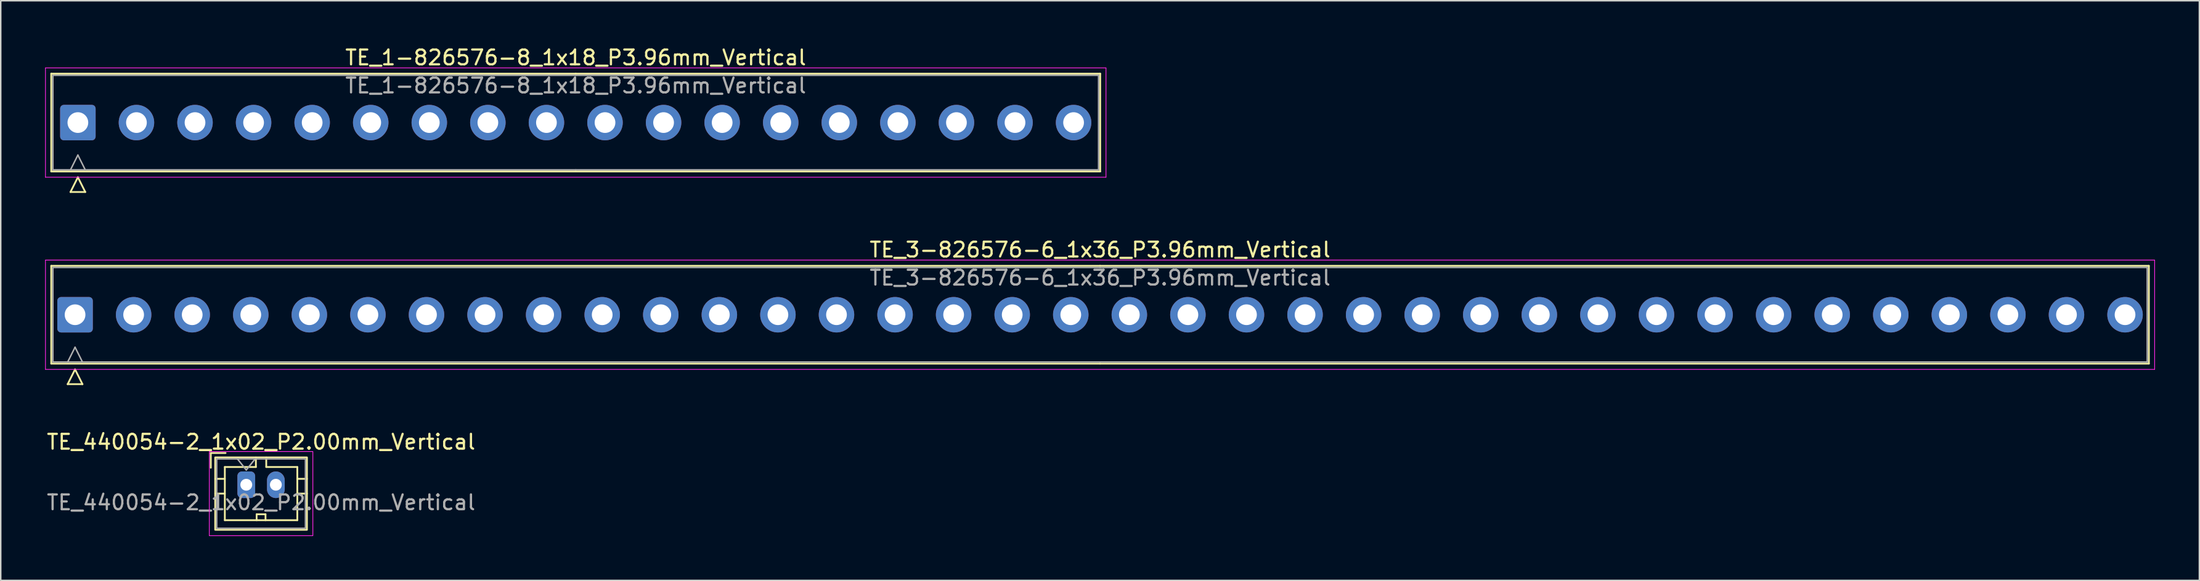
<source format=kicad_pcb>
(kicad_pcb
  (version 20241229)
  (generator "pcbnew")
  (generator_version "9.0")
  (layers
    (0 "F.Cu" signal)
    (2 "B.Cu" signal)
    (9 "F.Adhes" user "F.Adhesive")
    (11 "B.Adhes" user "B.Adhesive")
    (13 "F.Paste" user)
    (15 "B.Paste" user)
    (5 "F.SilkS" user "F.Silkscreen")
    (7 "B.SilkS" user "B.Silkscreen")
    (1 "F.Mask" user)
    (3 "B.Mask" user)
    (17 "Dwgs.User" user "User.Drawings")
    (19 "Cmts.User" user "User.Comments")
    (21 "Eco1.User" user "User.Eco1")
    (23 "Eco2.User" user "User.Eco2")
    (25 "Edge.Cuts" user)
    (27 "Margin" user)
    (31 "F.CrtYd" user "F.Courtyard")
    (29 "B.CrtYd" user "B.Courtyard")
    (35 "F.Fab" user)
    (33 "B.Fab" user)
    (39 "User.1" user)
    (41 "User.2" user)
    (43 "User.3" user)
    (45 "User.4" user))
  (footprint "TE_3-826576-6_1x36_P3.96mm_Vertical"
    (layer "F.Cu")
    (at 2.025 18.256)
    (property "Reference" "TE_3-826576-6_1x36_P3.96mm_Vertical" (at 69.3 -4.4 0) (layer "F.SilkS") (effects (font (size 1 1) (thickness 0.15))))
    (attr through_hole)
    (fp_line (start -1.61 -3.31) (end -1.61 3.31) (stroke (width 0.12) (type solid)) (layer "F.SilkS"))
    (fp_line (start -1.61 3.31) (end 69.3 3.31) (stroke (width 0.12) (type solid)) (layer "F.SilkS"))
    (fp_line (start -0.5 4.7) (end 0 3.7) (stroke (width 0.12) (type solid)) (layer "F.SilkS"))
    (fp_line (start 0 3.7) (end 0.5 4.7) (stroke (width 0.12) (type solid)) (layer "F.SilkS"))
    (fp_line (start 0.5 4.7) (end -0.5 4.7) (stroke (width 0.12) (type solid)) (layer "F.SilkS"))
    (fp_line (start 69.3 -3.31) (end -1.61 -3.31) (stroke (width 0.12) (type solid)) (layer "F.SilkS"))
    (fp_line (start 69.3 -3.31) (end 140.21 -3.31) (stroke (width 0.12) (type solid)) (layer "F.SilkS"))
    (fp_line (start 140.21 -3.31) (end 140.21 3.31) (stroke (width 0.12) (type solid)) (layer "F.SilkS"))
    (fp_line (start 140.21 3.31) (end 69.3 3.31) (stroke (width 0.12) (type solid)) (layer "F.SilkS"))
    (fp_line (start -2 -3.7) (end -2 3.7) (stroke (width 0.05) (type solid)) (layer "F.CrtYd"))
    (fp_line (start -2 3.7) (end 140.6 3.7) (stroke (width 0.05) (type solid)) (layer "F.CrtYd"))
    (fp_line (start 140.6 -3.7) (end -2 -3.7) (stroke (width 0.05) (type solid)) (layer "F.CrtYd"))
    (fp_line (start 140.6 3.7) (end 140.6 -3.7) (stroke (width 0.05) (type solid)) (layer "F.CrtYd"))
    (fp_line (start -1.5 -3.2) (end -1.5 3.2) (stroke (width 0.1) (type solid)) (layer "F.Fab"))
    (fp_line (start -1.5 3.2) (end 69.3 3.2) (stroke (width 0.1) (type solid)) (layer "F.Fab"))
    (fp_line (start -0.5 3.2) (end 0 2.2) (stroke (width 0.1) (type solid)) (layer "F.Fab"))
    (fp_line (start 0 2.2) (end 0.5 3.2) (stroke (width 0.1) (type solid)) (layer "F.Fab"))
    (fp_line (start 69.3 -3.2) (end -1.5 -3.2) (stroke (width 0.1) (type solid)) (layer "F.Fab"))
    (fp_line (start 69.3 -3.2) (end 140.1 -3.2) (stroke (width 0.1) (type solid)) (layer "F.Fab"))
    (fp_line (start 140.1 -3.2) (end 140.1 3.2) (stroke (width 0.1) (type solid)) (layer "F.Fab"))
    (fp_line (start 140.1 3.2) (end 69.3 3.2) (stroke (width 0.1) (type solid)) (layer "F.Fab"))
    (fp_text user "${REFERENCE}" (at 69.3 -2.5 0) (layer "F.Fab") (effects (font (size 1 1) (thickness 0.15))))
    (pad "1" thru_hole roundrect (at 0 0) (size 2.4 2.4) (drill 1.4) (layers "*.Cu" "*.Mask") (roundrect_rratio 0.104))
    (pad "2" thru_hole circle (at 3.96 0) (size 2.4 2.4) (drill 1.4) (layers "*.Cu" "*.Mask"))
    (pad "3" thru_hole circle (at 7.92 0) (size 2.4 2.4) (drill 1.4) (layers "*.Cu" "*.Mask"))
    (pad "4" thru_hole circle (at 11.88 0) (size 2.4 2.4) (drill 1.4) (layers "*.Cu" "*.Mask"))
    (pad "5" thru_hole circle (at 15.84 0) (size 2.4 2.4) (drill 1.4) (layers "*.Cu" "*.Mask"))
    (pad "6" thru_hole circle (at 19.8 0) (size 2.4 2.4) (drill 1.4) (layers "*.Cu" "*.Mask"))
    (pad "7" thru_hole circle (at 23.76 0) (size 2.4 2.4) (drill 1.4) (layers "*.Cu" "*.Mask"))
    (pad "8" thru_hole circle (at 27.72 0) (size 2.4 2.4) (drill 1.4) (layers "*.Cu" "*.Mask"))
    (pad "9" thru_hole circle (at 31.68 0) (size 2.4 2.4) (drill 1.4) (layers "*.Cu" "*.Mask"))
    (pad "10" thru_hole circle (at 35.64 0) (size 2.4 2.4) (drill 1.4) (layers "*.Cu" "*.Mask"))
    (pad "11" thru_hole circle (at 39.6 0) (size 2.4 2.4) (drill 1.4) (layers "*.Cu" "*.Mask"))
    (pad "12" thru_hole circle (at 43.56 0) (size 2.4 2.4) (drill 1.4) (layers "*.Cu" "*.Mask"))
    (pad "13" thru_hole circle (at 47.52 0) (size 2.4 2.4) (drill 1.4) (layers "*.Cu" "*.Mask"))
    (pad "14" thru_hole circle (at 51.48 0) (size 2.4 2.4) (drill 1.4) (layers "*.Cu" "*.Mask"))
    (pad "15" thru_hole circle (at 55.44 0) (size 2.4 2.4) (drill 1.4) (layers "*.Cu" "*.Mask"))
    (pad "16" thru_hole circle (at 59.4 0) (size 2.4 2.4) (drill 1.4) (layers "*.Cu" "*.Mask"))
    (pad "17" thru_hole circle (at 63.36 0) (size 2.4 2.4) (drill 1.4) (layers "*.Cu" "*.Mask"))
    (pad "18" thru_hole circle (at 67.32 0) (size 2.4 2.4) (drill 1.4) (layers "*.Cu" "*.Mask"))
    (pad "19" thru_hole circle (at 71.28 0) (size 2.4 2.4) (drill 1.4) (layers "*.Cu" "*.Mask"))
    (pad "20" thru_hole circle (at 75.24 0) (size 2.4 2.4) (drill 1.4) (layers "*.Cu" "*.Mask"))
    (pad "21" thru_hole circle (at 79.2 0) (size 2.4 2.4) (drill 1.4) (layers "*.Cu" "*.Mask"))
    (pad "22" thru_hole circle (at 83.16 0) (size 2.4 2.4) (drill 1.4) (layers "*.Cu" "*.Mask"))
    (pad "23" thru_hole circle (at 87.12 0) (size 2.4 2.4) (drill 1.4) (layers "*.Cu" "*.Mask"))
    (pad "24" thru_hole circle (at 91.08 0) (size 2.4 2.4) (drill 1.4) (layers "*.Cu" "*.Mask"))
    (pad "25" thru_hole circle (at 95.04 0) (size 2.4 2.4) (drill 1.4) (layers "*.Cu" "*.Mask"))
    (pad "26" thru_hole circle (at 99 0) (size 2.4 2.4) (drill 1.4) (layers "*.Cu" "*.Mask"))
    (pad "27" thru_hole circle (at 102.96 0) (size 2.4 2.4) (drill 1.4) (layers "*.Cu" "*.Mask"))
    (pad "28" thru_hole circle (at 106.92 0) (size 2.4 2.4) (drill 1.4) (layers "*.Cu" "*.Mask"))
    (pad "29" thru_hole circle (at 110.88 0) (size 2.4 2.4) (drill 1.4) (layers "*.Cu" "*.Mask"))
    (pad "30" thru_hole circle (at 114.84 0) (size 2.4 2.4) (drill 1.4) (layers "*.Cu" "*.Mask"))
    (pad "31" thru_hole circle (at 118.8 0) (size 2.4 2.4) (drill 1.4) (layers "*.Cu" "*.Mask"))
    (pad "32" thru_hole circle (at 122.76 0) (size 2.4 2.4) (drill 1.4) (layers "*.Cu" "*.Mask"))
    (pad "33" thru_hole circle (at 126.72 0) (size 2.4 2.4) (drill 1.4) (layers "*.Cu" "*.Mask"))
    (pad "34" thru_hole circle (at 130.68 0) (size 2.4 2.4) (drill 1.4) (layers "*.Cu" "*.Mask"))
    (pad "35" thru_hole circle (at 134.64 0) (size 2.4 2.4) (drill 1.4) (layers "*.Cu" "*.Mask"))
    (pad "36" thru_hole circle (at 138.6 0) (size 2.4 2.4) (drill 1.4) (layers "*.Cu" "*.Mask")))
  (footprint "TE_440054-2_1x02_P2.00mm_Vertical"
    (layer "F.Cu")
    (at 13.601 29.765)
    (property "Reference" "TE_440054-2_1x02_P2.00mm_Vertical" (at 1 -2.9 0) (unlocked yes) (layer "F.SilkS") (effects (font (size 1 1) (thickness 0.15))))
    (attr through_hole)
    (fp_line (start -2.4 -2.15) (end -2.4 -1.15) (stroke (width 0.12) (type solid)) (layer "F.SilkS"))
    (fp_line (start -2.4 -2.15) (end -1.4 -2.15) (stroke (width 0.12) (type solid)) (layer "F.SilkS"))
    (fp_line (start -2.1 -0.4) (end -1.45 -0.4) (stroke (width 0.12) (type solid)) (layer "F.SilkS"))
    (fp_line (start -2.1 0.6) (end -1.45 0.6) (stroke (width 0.12) (type solid)) (layer "F.SilkS"))
    (fp_line (start -1.45 -1.2) (end 0.65 -1.2) (stroke (width 0.12) (type solid)) (layer "F.SilkS"))
    (fp_line (start -1.45 2.4) (end -1.45 -1.2) (stroke (width 0.12) (type solid)) (layer "F.SilkS"))
    (fp_line (start 0.65 -1.85) (end 0.65 -1.2) (stroke (width 0.12) (type solid)) (layer "F.SilkS"))
    (fp_line (start 0.7 2) (end 1.3 2) (stroke (width 0.12) (type solid)) (layer "F.SilkS"))
    (fp_line (start 0.7 2.4) (end 0.7 2) (stroke (width 0.12) (type solid)) (layer "F.SilkS"))
    (fp_line (start 1.3 2) (end 1.3 2.4) (stroke (width 0.12) (type solid)) (layer "F.SilkS"))
    (fp_line (start 1.35 -1.85) (end 1.35 -1.2) (stroke (width 0.12) (type solid)) (layer "F.SilkS"))
    (fp_line (start 3.45 -1.2) (end 1.35 -1.2) (stroke (width 0.12) (type solid)) (layer "F.SilkS"))
    (fp_line (start 3.45 -1.2) (end 3.45 2.4) (stroke (width 0.12) (type solid)) (layer "F.SilkS"))
    (fp_line (start 3.45 -0.4) (end 4.1 -0.4) (stroke (width 0.12) (type solid)) (layer "F.SilkS"))
    (fp_line (start 3.45 0.6) (end 4.1 0.6) (stroke (width 0.12) (type solid)) (layer "F.SilkS"))
    (fp_line (start 3.45 2.4) (end -1.45 2.4) (stroke (width 0.12) (type solid)) (layer "F.SilkS"))
    (fp_rect (start -2.1 -1.85) (end 4.1 3.05) (stroke (width 0.12) (type solid)) (fill no) (layer "F.SilkS"))
    (fp_rect (start -2.5 -2.25) (end 4.5 3.45) (stroke (width 0.05) (type solid)) (fill no) (layer "F.CrtYd"))
    (fp_line (start 0 -1) (end -0.6 -1.75) (stroke (width 0.1) (type solid)) (layer "F.Fab"))
    (fp_line (start 0.6 -1.75) (end 0 -1) (stroke (width 0.1) (type solid)) (layer "F.Fab"))
    (fp_rect (start -2 -1.75) (end 4 2.95) (stroke (width 0.1) (type solid)) (fill no) (layer "F.Fab"))
    (fp_text user "${REFERENCE}" (at 1 1.2 0) (unlocked yes) (layer "F.Fab") (effects (font (size 1 1) (thickness 0.15))))
    (pad "1" thru_hole roundrect (at 0 0) (size 1.2 1.8) (drill 0.8) (layers "*.Cu" "*.Mask") (roundrect_rratio 0.25))
    (pad "2" thru_hole oval (at 2 0) (size 1.2 1.8) (drill 0.8) (layers "*.Cu" "*.Mask")))
  (footprint "TE_1-826576-8_1x18_P3.96mm_Vertical"
    (layer "F.Cu")
    (at 2.215 5.248)
    (property "Reference" "TE_1-826576-8_1x18_P3.96mm_Vertical" (at 33.66 -4.4 0) (layer "F.SilkS") (effects (font (size 1 1) (thickness 0.15))))
    (attr through_hole)
    (fp_line (start -1.8 -3.31) (end -1.8 3.31) (stroke (width 0.12) (type solid)) (layer "F.SilkS"))
    (fp_line (start -1.8 3.31) (end 33.66 3.31) (stroke (width 0.12) (type solid)) (layer "F.SilkS"))
    (fp_line (start -0.5 4.7) (end 0 3.7) (stroke (width 0.12) (type solid)) (layer "F.SilkS"))
    (fp_line (start 0 3.7) (end 0.5 4.7) (stroke (width 0.12) (type solid)) (layer "F.SilkS"))
    (fp_line (start 0.5 4.7) (end -0.5 4.7) (stroke (width 0.12) (type solid)) (layer "F.SilkS"))
    (fp_line (start 33.66 -3.31) (end -1.8 -3.31) (stroke (width 0.12) (type solid)) (layer "F.SilkS"))
    (fp_line (start 33.66 -3.31) (end 69.12 -3.31) (stroke (width 0.12) (type solid)) (layer "F.SilkS"))
    (fp_line (start 69.12 -3.31) (end 69.12 3.31) (stroke (width 0.12) (type solid)) (layer "F.SilkS"))
    (fp_line (start 69.12 3.31) (end 33.66 3.31) (stroke (width 0.12) (type solid)) (layer "F.SilkS"))
    (fp_line (start -2.19 -3.7) (end -2.19 3.7) (stroke (width 0.05) (type solid)) (layer "F.CrtYd"))
    (fp_line (start -2.19 3.7) (end 69.51 3.7) (stroke (width 0.05) (type solid)) (layer "F.CrtYd"))
    (fp_line (start 69.51 -3.7) (end -2.19 -3.7) (stroke (width 0.05) (type solid)) (layer "F.CrtYd"))
    (fp_line (start 69.51 3.7) (end 69.51 -3.7) (stroke (width 0.05) (type solid)) (layer "F.CrtYd"))
    (fp_line (start -1.69 -3.2) (end -1.69 3.2) (stroke (width 0.1) (type solid)) (layer "F.Fab"))
    (fp_line (start -1.69 3.2) (end 33.66 3.2) (stroke (width 0.1) (type solid)) (layer "F.Fab"))
    (fp_line (start -0.5 3.2) (end 0 2.2) (stroke (width 0.1) (type solid)) (layer "F.Fab"))
    (fp_line (start 0 2.2) (end 0.5 3.2) (stroke (width 0.1) (type solid)) (layer "F.Fab"))
    (fp_line (start 33.66 -3.2) (end -1.69 -3.2) (stroke (width 0.1) (type solid)) (layer "F.Fab"))
    (fp_line (start 33.66 -3.2) (end 69.01 -3.2) (stroke (width 0.1) (type solid)) (layer "F.Fab"))
    (fp_line (start 69.01 -3.2) (end 69.01 3.2) (stroke (width 0.1) (type solid)) (layer "F.Fab"))
    (fp_line (start 69.01 3.2) (end 33.66 3.2) (stroke (width 0.1) (type solid)) (layer "F.Fab"))
    (fp_text user "${REFERENCE}" (at 33.66 -2.5 0) (layer "F.Fab") (effects (font (size 1 1) (thickness 0.15))))
    (pad "1" thru_hole roundrect (at 0 0) (size 2.4 2.4) (drill 1.4) (layers "*.Cu" "*.Mask") (roundrect_rratio 0.104))
    (pad "2" thru_hole circle (at 3.96 0) (size 2.4 2.4) (drill 1.4) (layers "*.Cu" "*.Mask"))
    (pad "3" thru_hole circle (at 7.92 0) (size 2.4 2.4) (drill 1.4) (layers "*.Cu" "*.Mask"))
    (pad "4" thru_hole circle (at 11.88 0) (size 2.4 2.4) (drill 1.4) (layers "*.Cu" "*.Mask"))
    (pad "5" thru_hole circle (at 15.84 0) (size 2.4 2.4) (drill 1.4) (layers "*.Cu" "*.Mask"))
    (pad "6" thru_hole circle (at 19.8 0) (size 2.4 2.4) (drill 1.4) (layers "*.Cu" "*.Mask"))
    (pad "7" thru_hole circle (at 23.76 0) (size 2.4 2.4) (drill 1.4) (layers "*.Cu" "*.Mask"))
    (pad "8" thru_hole circle (at 27.72 0) (size 2.4 2.4) (drill 1.4) (layers "*.Cu" "*.Mask"))
    (pad "9" thru_hole circle (at 31.68 0) (size 2.4 2.4) (drill 1.4) (layers "*.Cu" "*.Mask"))
    (pad "10" thru_hole circle (at 35.64 0) (size 2.4 2.4) (drill 1.4) (layers "*.Cu" "*.Mask"))
    (pad "11" thru_hole circle (at 39.6 0) (size 2.4 2.4) (drill 1.4) (layers "*.Cu" "*.Mask"))
    (pad "12" thru_hole circle (at 43.56 0) (size 2.4 2.4) (drill 1.4) (layers "*.Cu" "*.Mask"))
    (pad "13" thru_hole circle (at 47.52 0) (size 2.4 2.4) (drill 1.4) (layers "*.Cu" "*.Mask"))
    (pad "14" thru_hole circle (at 51.48 0) (size 2.4 2.4) (drill 1.4) (layers "*.Cu" "*.Mask"))
    (pad "15" thru_hole circle (at 55.44 0) (size 2.4 2.4) (drill 1.4) (layers "*.Cu" "*.Mask"))
    (pad "16" thru_hole circle (at 59.4 0) (size 2.4 2.4) (drill 1.4) (layers "*.Cu" "*.Mask"))
    (pad "17" thru_hole circle (at 63.36 0) (size 2.4 2.4) (drill 1.4) (layers "*.Cu" "*.Mask"))
    (pad "18" thru_hole circle (at 67.32 0) (size 2.4 2.4) (drill 1.4) (layers "*.Cu" "*.Mask")))
  (gr_rect
    (start -3 -3)
    (end 145.65 36.24)
    (stroke (width 0.1) (type default))
    (fill no)
    (layer "Edge.Cuts")))
</source>
